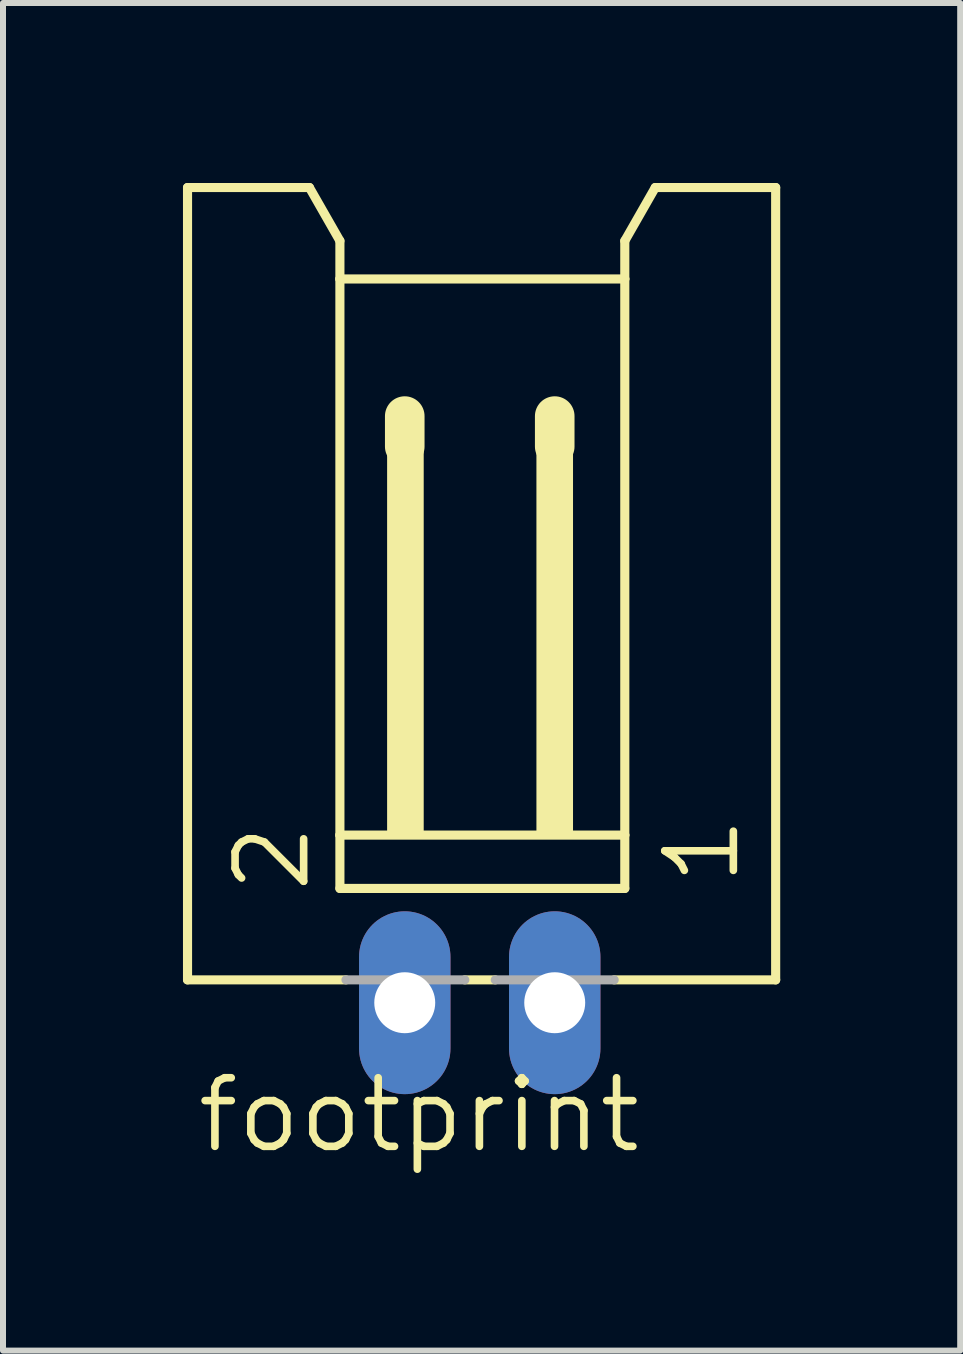
<source format=kicad_pcb>
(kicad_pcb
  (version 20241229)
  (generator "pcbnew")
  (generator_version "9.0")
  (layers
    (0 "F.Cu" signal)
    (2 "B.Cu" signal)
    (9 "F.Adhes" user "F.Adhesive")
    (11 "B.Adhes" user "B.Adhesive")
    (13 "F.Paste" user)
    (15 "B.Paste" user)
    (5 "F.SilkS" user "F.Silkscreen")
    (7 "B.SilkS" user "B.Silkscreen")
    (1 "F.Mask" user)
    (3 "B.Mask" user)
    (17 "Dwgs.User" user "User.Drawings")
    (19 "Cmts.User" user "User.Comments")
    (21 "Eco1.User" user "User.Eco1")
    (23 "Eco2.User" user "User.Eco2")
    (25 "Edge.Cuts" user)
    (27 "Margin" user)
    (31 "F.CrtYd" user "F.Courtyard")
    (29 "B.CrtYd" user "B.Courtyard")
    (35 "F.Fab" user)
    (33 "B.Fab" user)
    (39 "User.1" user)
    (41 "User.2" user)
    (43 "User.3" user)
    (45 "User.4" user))
  (footprint "footprint"
    (layer "F.Cu")
    (at 4.947 7.415)
    (property "Reference" "footprint" (at -4.77 8.79 0) (layer "F.SilkS") (effects (font (size 1.143 1.143) (thickness 0.127)) (justify left bottom)))
    (fp_line (start -4.871 -7.339) (end -2.839 -7.339) (stroke (width 0.152) (type solid)) (layer "F.SilkS"))
    (fp_line (start -4.871 5.869) (end -4.871 -7.339) (stroke (width 0.152) (type solid)) (layer "F.SilkS"))
    (fp_line (start -2.839 -7.339) (end -2.331 -6.45) (stroke (width 0.152) (type solid)) (layer "F.SilkS"))
    (fp_line (start -2.331 -6.45) (end -2.331 -5.815) (stroke (width 0.152) (type solid)) (layer "F.SilkS"))
    (fp_line (start -2.331 -5.815) (end -2.331 3.456) (stroke (width 0.152) (type solid)) (layer "F.SilkS"))
    (fp_line (start -2.331 3.456) (end -2.331 4.345) (stroke (width 0.152) (type solid)) (layer "F.SilkS"))
    (fp_line (start -2.23 5.869) (end -4.871 5.869) (stroke (width 0.152) (type solid)) (layer "F.SilkS"))
    (fp_line (start -1.25 -3.529) (end -1.25 -3.021) (stroke (width 0.66) (type solid)) (layer "F.SilkS"))
    (fp_line (start 0.259 5.869) (end -0.249 5.869) (stroke (width 0.152) (type solid)) (layer "F.SilkS"))
    (fp_line (start 1.25 -3.529) (end 1.25 -3.021) (stroke (width 0.66) (type solid)) (layer "F.SilkS"))
    (fp_line (start 2.418 -6.45) (end 2.418 -5.815) (stroke (width 0.152) (type solid)) (layer "F.SilkS"))
    (fp_line (start 2.418 -6.45) (end 2.926 -7.339) (stroke (width 0.152) (type solid)) (layer "F.SilkS"))
    (fp_line (start 2.418 -5.815) (end -2.331 -5.815) (stroke (width 0.152) (type solid)) (layer "F.SilkS"))
    (fp_line (start 2.418 -5.815) (end 2.418 3.456) (stroke (width 0.152) (type solid)) (layer "F.SilkS"))
    (fp_line (start 2.418 3.456) (end -2.331 3.456) (stroke (width 0.152) (type solid)) (layer "F.SilkS"))
    (fp_line (start 2.418 3.456) (end 2.418 4.345) (stroke (width 0.152) (type solid)) (layer "F.SilkS"))
    (fp_line (start 2.418 4.345) (end -2.331 4.345) (stroke (width 0.152) (type solid)) (layer "F.SilkS"))
    (fp_line (start 4.933 -7.339) (end 2.926 -7.339) (stroke (width 0.152) (type solid)) (layer "F.SilkS"))
    (fp_line (start 4.933 5.869) (end 2.241 5.869) (stroke (width 0.152) (type solid)) (layer "F.SilkS"))
    (fp_line (start 4.933 5.869) (end 4.933 -7.339) (stroke (width 0.152) (type solid)) (layer "F.SilkS"))
    (fp_poly (pts (xy -1.544 3.456) (xy -0.934 3.456) (xy -0.934 -3.148) (xy -1.544 -3.148)) (stroke (width 0) (type solid)) (fill yes) (layer "F.SilkS"))
    (fp_poly (pts (xy 0.945 3.456) (xy 1.555 3.456) (xy 1.555 -3.148) (xy 0.945 -3.148)) (stroke (width 0) (type solid)) (fill yes) (layer "F.SilkS"))
    (fp_line (start -2.23 5.869) (end -0.249 5.869) (stroke (width 0.152) (type solid)) (layer "F.Fab"))
    (fp_line (start 0.259 5.869) (end 2.241 5.869) (stroke (width 0.152) (type solid)) (layer "F.Fab"))
    (fp_poly (pts (xy -1.544 6.504) (xy -0.934 6.504) (xy -0.934 5.869) (xy -1.544 5.869)) (stroke (width 0.1) (type solid)) (fill no) (layer "F.Fab"))
    (fp_poly (pts (xy 0.945 6.504) (xy 1.555 6.504) (xy 1.555 5.869) (xy 0.945 5.869)) (stroke (width 0.1) (type solid)) (fill no) (layer "F.Fab"))
    (fp_text user "1" (at 4.374 4.345 90) (layer "F.SilkS") (effects (font (size 1.143 1.143) (thickness 0.127)) (justify left bottom)))
    (fp_text user "2" (at -2.789 4.472 90) (layer "F.SilkS") (effects (font (size 1.143 1.143) (thickness 0.127)) (justify left bottom)))
    (pad "1" thru_hole oval (at 1.25 6.25 90) (size 3.048 1.524) (drill 1.016) (layers "*.Cu" "*.Mask"))
    (pad "2" thru_hole oval (at -1.25 6.25 90) (size 3.048 1.524) (drill 1.016) (layers "*.Cu" "*.Mask")))
  (gr_rect
    (start -3 -3)
    (end 12.956 19.464)
    (stroke (width 0.1) (type default))
    (fill no)
    (layer "Edge.Cuts")))
</source>
